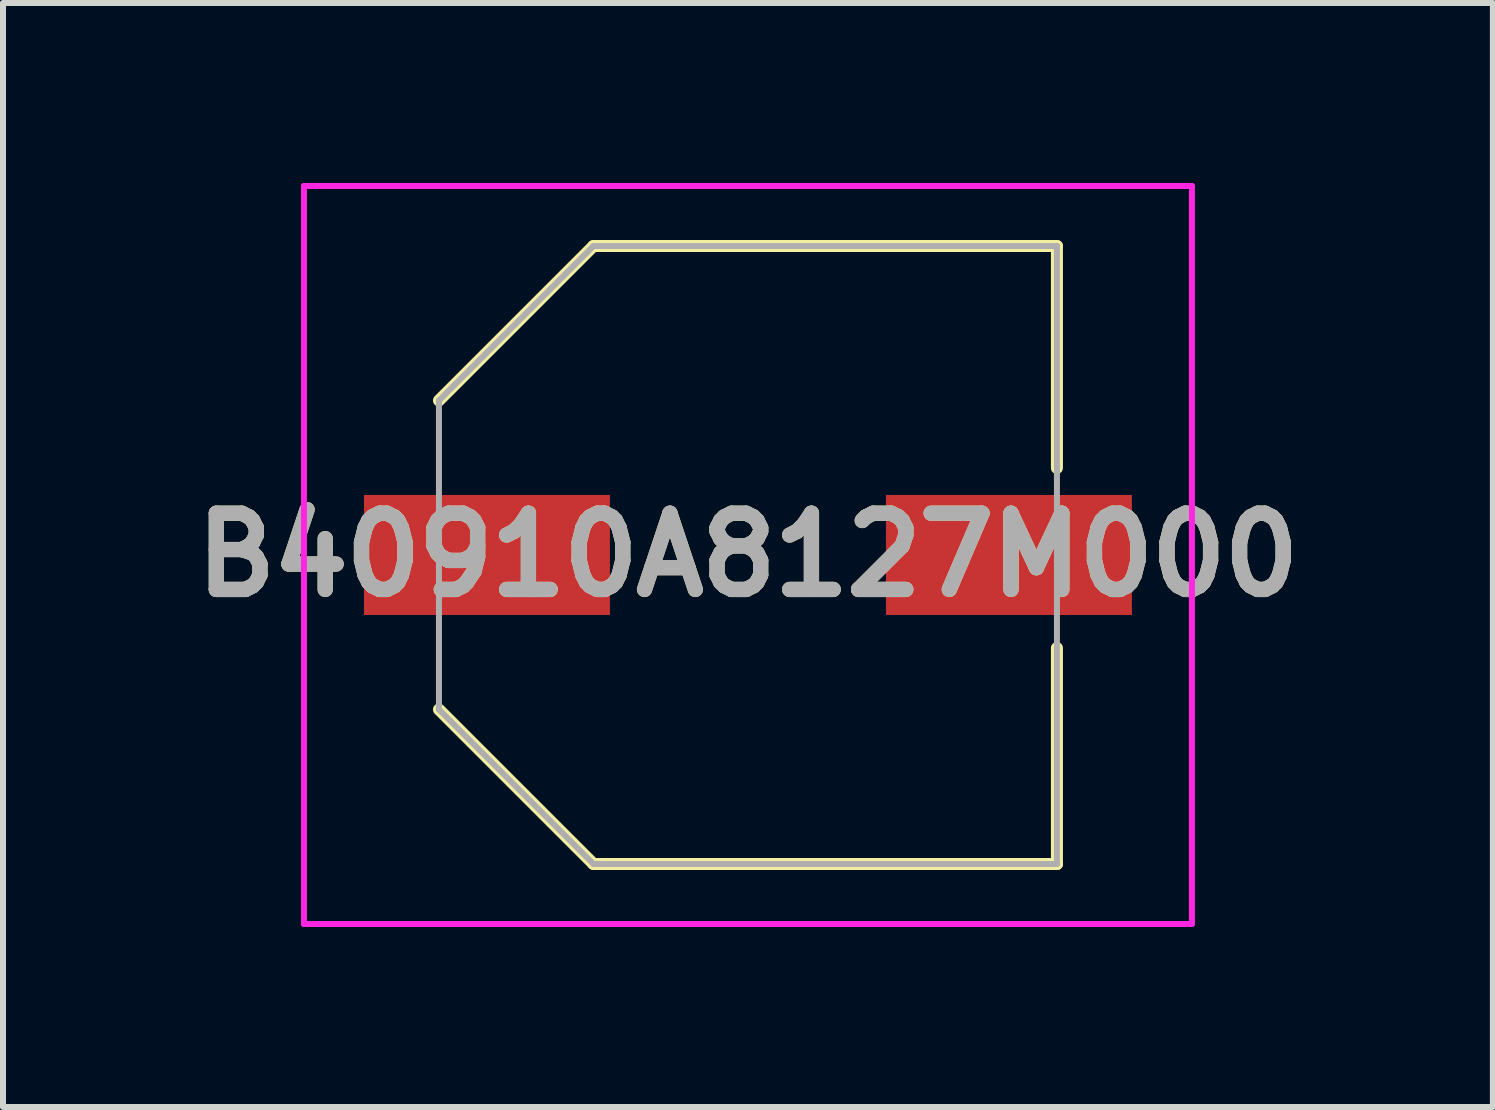
<source format=kicad_pcb>
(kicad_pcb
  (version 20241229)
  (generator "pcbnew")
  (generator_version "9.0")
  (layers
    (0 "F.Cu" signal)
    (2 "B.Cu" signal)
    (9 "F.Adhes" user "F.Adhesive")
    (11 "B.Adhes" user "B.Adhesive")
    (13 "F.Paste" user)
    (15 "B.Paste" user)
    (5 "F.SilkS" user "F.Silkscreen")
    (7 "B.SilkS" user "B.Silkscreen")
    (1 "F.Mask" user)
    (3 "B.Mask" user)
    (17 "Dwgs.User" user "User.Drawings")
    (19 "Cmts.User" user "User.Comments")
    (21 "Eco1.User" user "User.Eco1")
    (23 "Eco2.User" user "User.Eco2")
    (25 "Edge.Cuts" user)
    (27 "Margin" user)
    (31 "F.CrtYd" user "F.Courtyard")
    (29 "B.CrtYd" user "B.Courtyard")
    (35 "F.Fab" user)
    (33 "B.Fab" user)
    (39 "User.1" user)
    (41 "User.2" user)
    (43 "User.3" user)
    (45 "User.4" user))
  (footprint "B40910A8127M000"
    (layer "F.Cu")
    (at 9.416 6.2)
    (property "Reference" "B40910A8127M000" (at 0 0 0) (layer "F.SilkS") (effects (font (size 1.27 1.27) (thickness 0.254))))
    (attr smd)
    (fp_line (start -7.1 0) (end -7.1 0) (stroke (width 0.1) (type solid)) (layer "F.SilkS"))
    (fp_line (start -7 0) (end -7 0) (stroke (width 0.1) (type solid)) (layer "F.SilkS"))
    (fp_line (start -5.15 -2.575) (end -2.575 -5.15) (stroke (width 0.2) (type solid)) (layer "F.SilkS"))
    (fp_line (start -2.575 -5.15) (end 5.15 -5.15) (stroke (width 0.2) (type solid)) (layer "F.SilkS"))
    (fp_line (start -2.575 5.15) (end -5.15 2.575) (stroke (width 0.2) (type solid)) (layer "F.SilkS"))
    (fp_line (start 5.15 -5.15) (end 5.15 -1.45) (stroke (width 0.2) (type solid)) (layer "F.SilkS"))
    (fp_line (start 5.15 1.55) (end 5.15 5.15) (stroke (width 0.2) (type solid)) (layer "F.SilkS"))
    (fp_line (start 5.15 5.15) (end -2.575 5.15) (stroke (width 0.2) (type solid)) (layer "F.SilkS"))
    (fp_line (start 5.15 5.15) (end 4.8 5.15) (stroke (width 0.2) (type solid)) (layer "F.SilkS"))
    (fp_arc (start -7.1 0) (mid -7.05 -0.05) (end -7 0) (stroke (width 0.1) (type solid)) (layer "F.SilkS"))
    (fp_arc (start -7 0) (mid -7.05 0.05) (end -7.1 0) (stroke (width 0.1) (type solid)) (layer "F.SilkS"))
    (fp_line (start -7.4 -6.15) (end 7.4 -6.15) (stroke (width 0.1) (type solid)) (layer "F.CrtYd"))
    (fp_line (start -7.4 6.15) (end -7.4 -6.15) (stroke (width 0.1) (type solid)) (layer "F.CrtYd"))
    (fp_line (start 7.4 -6.15) (end 7.4 6.15) (stroke (width 0.1) (type solid)) (layer "F.CrtYd"))
    (fp_line (start 7.4 6.15) (end -7.4 6.15) (stroke (width 0.1) (type solid)) (layer "F.CrtYd"))
    (fp_line (start -5.15 -2.575) (end -2.575 -5.15) (stroke (width 0.1) (type solid)) (layer "F.Fab"))
    (fp_line (start -5.15 2.575) (end -5.15 -2.575) (stroke (width 0.1) (type solid)) (layer "F.Fab"))
    (fp_line (start -2.575 -5.15) (end 5.15 -5.15) (stroke (width 0.1) (type solid)) (layer "F.Fab"))
    (fp_line (start -2.575 5.15) (end -5.15 2.575) (stroke (width 0.1) (type solid)) (layer "F.Fab"))
    (fp_line (start 0 5.15) (end -2.575 5.15) (stroke (width 0.1) (type solid)) (layer "F.Fab"))
    (fp_line (start 5.15 -5.15) (end 5.15 5.15) (stroke (width 0.1) (type solid)) (layer "F.Fab"))
    (fp_line (start 5.15 5.15) (end 0 5.15) (stroke (width 0.1) (type solid)) (layer "F.Fab"))
    (fp_text user "${REFERENCE}" (at 0 0 0) (layer "F.Fab") (effects (font (size 1.27 1.27) (thickness 0.254))))
    (pad "1" smd rect (at -4.35 0 90) (size 2 4.1) (layers "F.Cu" "F.Mask" "F.Paste"))
    (pad "2" smd rect (at 4.35 0 90) (size 2 4.1) (layers "F.Cu" "F.Mask" "F.Paste")))
  (gr_rect
    (start -3 -3)
    (end 21.832 15.4)
    (stroke (width 0.1) (type default))
    (fill no)
    (layer "Edge.Cuts")))
</source>
